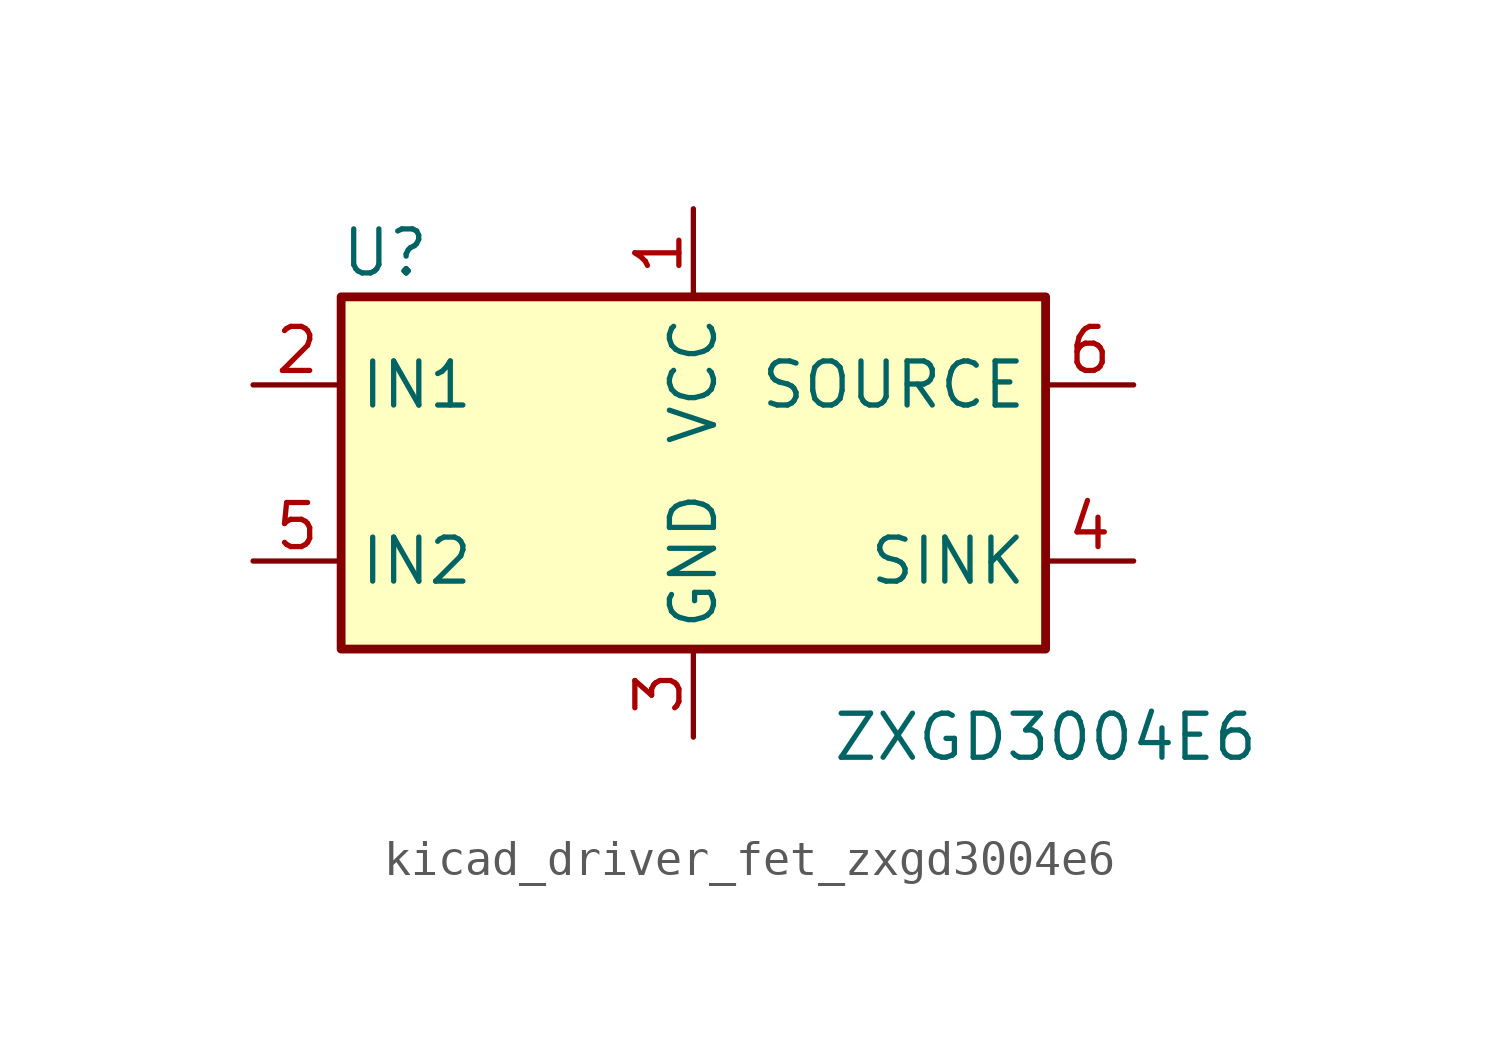
<source format=kicad_sym>
(kicad_symbol_lib
  (version 20220914)
  (generator kicad_symbol_editor)
  (symbol "kicad_driver_fet_zxgd3004e6"
    (property "Reference" "U"
      (at -8.89 6.35 0)
      (effects (font (size 1.27 1.27))))
    (property "Value" "ZXGD3004E6"
      (at 10.16 -7.62 0)
      (effects (font (size 1.27 1.27))))
    (symbol "kicad_driver_fet_zxgd3004e6_0_1"
      (rectangle (start -10.16 5.08) (end 10.16 -5.08) (stroke (width 0.254) (type default)) (fill (type background))))
    (symbol "kicad_driver_fet_zxgd3004e6_1_1"
      (pin power_in line (at 0 7.62 270) (length 2.54) (name "VCC" (effects (font (size 1.27 1.27)))) (number "1" (effects (font (size 1.27 1.27)))))
      (pin input line (at -12.7 2.54 0) (length 2.54) (name "IN1" (effects (font (size 1.27 1.27)))) (number "2" (effects (font (size 1.27 1.27)))))
      (pin power_in line (at 0 -7.62 90) (length 2.54) (name "GND" (effects (font (size 1.27 1.27)))) (number "3" (effects (font (size 1.27 1.27)))))
      (pin open_collector line (at 12.7 -2.54 180) (length 2.54) (name "SINK" (effects (font (size 1.27 1.27)))) (number "4" (effects (font (size 1.27 1.27)))))
      (pin input line (at -12.7 -2.54 0) (length 2.54) (name "IN2" (effects (font (size 1.27 1.27)))) (number "5" (effects (font (size 1.27 1.27)))))
      (pin open_emitter line (at 12.7 2.54 180) (length 2.54) (name "SOURCE" (effects (font (size 1.27 1.27)))) (number "6" (effects (font (size 1.27 1.27))))))))
</source>
